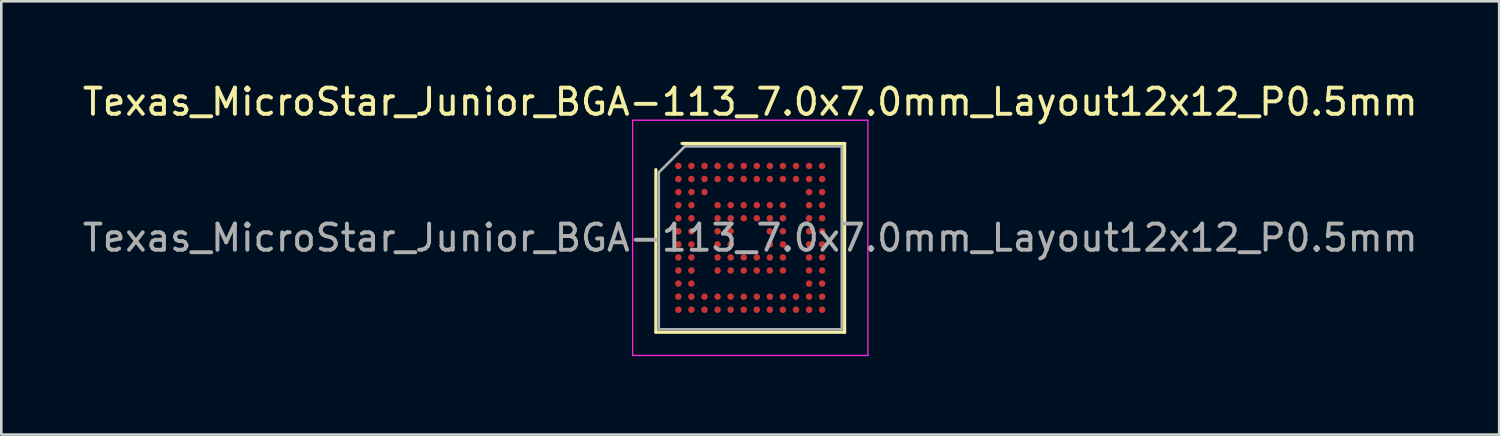
<source format=kicad_pcb>
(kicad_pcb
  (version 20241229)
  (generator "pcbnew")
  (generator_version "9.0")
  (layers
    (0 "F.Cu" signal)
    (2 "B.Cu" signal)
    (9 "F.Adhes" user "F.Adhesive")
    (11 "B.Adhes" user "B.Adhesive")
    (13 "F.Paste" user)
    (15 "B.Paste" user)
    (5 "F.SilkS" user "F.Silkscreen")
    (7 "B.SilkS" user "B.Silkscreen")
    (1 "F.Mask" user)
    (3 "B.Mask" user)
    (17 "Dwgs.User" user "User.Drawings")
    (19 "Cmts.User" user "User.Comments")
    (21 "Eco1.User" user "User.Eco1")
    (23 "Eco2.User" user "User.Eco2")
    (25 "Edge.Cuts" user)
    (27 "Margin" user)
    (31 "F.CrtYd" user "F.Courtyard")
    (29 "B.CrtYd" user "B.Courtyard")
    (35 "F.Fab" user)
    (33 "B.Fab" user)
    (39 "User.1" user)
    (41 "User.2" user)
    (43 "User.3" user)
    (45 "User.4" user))
  (footprint "Texas_MicroStar_Junior_BGA-113_7.0x7.0mm_Layout12x12_P0.5mm"
    (layer "F.Cu")
    (at 25.649 6.048)
    (property "Reference" "Texas_MicroStar_Junior_BGA-113_7.0x7.0mm_Layout12x12_P0.5mm" (at 0 -5.2 0) (layer "F.SilkS") (effects (font (size 1 1) (thickness 0.15))))
    (attr smd)
    (fp_line (start -3.61 3.61) (end -3.61 -2.61) (stroke (width 0.12) (type solid)) (layer "F.SilkS"))
    (fp_line (start -2.61 -3.61) (end 3.61 -3.61) (stroke (width 0.12) (type solid)) (layer "F.SilkS"))
    (fp_line (start 3.61 -3.61) (end 3.61 3.61) (stroke (width 0.12) (type solid)) (layer "F.SilkS"))
    (fp_line (start 3.61 3.61) (end -3.61 3.61) (stroke (width 0.12) (type solid)) (layer "F.SilkS"))
    (fp_line (start 3.61 3.61) (end 3.61 3.61) (stroke (width 0.12) (type solid)) (layer "F.SilkS"))
    (fp_line (start -4.5 -4.5) (end 4.5 -4.5) (stroke (width 0.05) (type solid)) (layer "F.CrtYd"))
    (fp_line (start -4.5 4.5) (end -4.5 -4.5) (stroke (width 0.05) (type solid)) (layer "F.CrtYd"))
    (fp_line (start 4.5 -4.5) (end 4.5 4.5) (stroke (width 0.05) (type solid)) (layer "F.CrtYd"))
    (fp_line (start 4.5 4.5) (end -4.5 4.5) (stroke (width 0.05) (type solid)) (layer "F.CrtYd"))
    (fp_line (start -3.5 3.5) (end -3.5 -2.5) (stroke (width 0.1) (type solid)) (layer "F.Fab"))
    (fp_line (start -2.5 -3.5) (end -3.5 -2.5) (stroke (width 0.1) (type solid)) (layer "F.Fab"))
    (fp_line (start -2.5 -3.5) (end 3.5 -3.5) (stroke (width 0.1) (type solid)) (layer "F.Fab"))
    (fp_line (start 3.5 -3.5) (end 3.5 3.5) (stroke (width 0.1) (type solid)) (layer "F.Fab"))
    (fp_line (start 3.5 3.5) (end -3.5 3.5) (stroke (width 0.1) (type solid)) (layer "F.Fab"))
    (fp_text user "${REFERENCE}" (at 0 0 0) (layer "F.Fab") (effects (font (size 1 1) (thickness 0.15))))
    (pad "A1" smd circle (at -2.75 -2.75) (size 0.25 0.25) (layers "F.Cu" "F.Mask" "F.Paste"))
    (pad "A2" smd circle (at -2.25 -2.75) (size 0.25 0.25) (layers "F.Cu" "F.Mask" "F.Paste"))
    (pad "A3" smd circle (at -1.75 -2.75) (size 0.25 0.25) (layers "F.Cu" "F.Mask" "F.Paste"))
    (pad "A4" smd circle (at -1.25 -2.75) (size 0.25 0.25) (layers "F.Cu" "F.Mask" "F.Paste"))
    (pad "A5" smd circle (at -0.75 -2.75) (size 0.25 0.25) (layers "F.Cu" "F.Mask" "F.Paste"))
    (pad "A6" smd circle (at -0.25 -2.75) (size 0.25 0.25) (layers "F.Cu" "F.Mask" "F.Paste"))
    (pad "A7" smd circle (at 0.25 -2.75) (size 0.25 0.25) (layers "F.Cu" "F.Mask" "F.Paste"))
    (pad "A8" smd circle (at 0.75 -2.75) (size 0.25 0.25) (layers "F.Cu" "F.Mask" "F.Paste"))
    (pad "A9" smd circle (at 1.25 -2.75) (size 0.25 0.25) (layers "F.Cu" "F.Mask" "F.Paste"))
    (pad "A10" smd circle (at 1.75 -2.75) (size 0.25 0.25) (layers "F.Cu" "F.Mask" "F.Paste"))
    (pad "A11" smd circle (at 2.25 -2.75) (size 0.25 0.25) (layers "F.Cu" "F.Mask" "F.Paste"))
    (pad "A12" smd circle (at 2.75 -2.75) (size 0.25 0.25) (layers "F.Cu" "F.Mask" "F.Paste"))
    (pad "B1" smd circle (at -2.75 -2.25) (size 0.25 0.25) (layers "F.Cu" "F.Mask" "F.Paste"))
    (pad "B2" smd circle (at -2.25 -2.25) (size 0.25 0.25) (layers "F.Cu" "F.Mask" "F.Paste"))
    (pad "B3" smd circle (at -1.75 -2.25) (size 0.25 0.25) (layers "F.Cu" "F.Mask" "F.Paste"))
    (pad "B4" smd circle (at -1.25 -2.25) (size 0.25 0.25) (layers "F.Cu" "F.Mask" "F.Paste"))
    (pad "B5" smd circle (at -0.75 -2.25) (size 0.25 0.25) (layers "F.Cu" "F.Mask" "F.Paste"))
    (pad "B6" smd circle (at -0.25 -2.25) (size 0.25 0.25) (layers "F.Cu" "F.Mask" "F.Paste"))
    (pad "B7" smd circle (at 0.25 -2.25) (size 0.25 0.25) (layers "F.Cu" "F.Mask" "F.Paste"))
    (pad "B8" smd circle (at 0.75 -2.25) (size 0.25 0.25) (layers "F.Cu" "F.Mask" "F.Paste"))
    (pad "B9" smd circle (at 1.25 -2.25) (size 0.25 0.25) (layers "F.Cu" "F.Mask" "F.Paste"))
    (pad "B10" smd circle (at 1.75 -2.25) (size 0.25 0.25) (layers "F.Cu" "F.Mask" "F.Paste"))
    (pad "B11" smd circle (at 2.25 -2.25) (size 0.25 0.25) (layers "F.Cu" "F.Mask" "F.Paste"))
    (pad "B12" smd circle (at 2.75 -2.25) (size 0.25 0.25) (layers "F.Cu" "F.Mask" "F.Paste"))
    (pad "C1" smd circle (at -2.75 -1.75) (size 0.25 0.25) (layers "F.Cu" "F.Mask" "F.Paste"))
    (pad "C2" smd circle (at -2.25 -1.75) (size 0.25 0.25) (layers "F.Cu" "F.Mask" "F.Paste"))
    (pad "C3" smd circle (at -1.75 -1.75) (size 0.25 0.25) (layers "F.Cu" "F.Mask" "F.Paste"))
    (pad "C11" smd circle (at 2.25 -1.75) (size 0.25 0.25) (layers "F.Cu" "F.Mask" "F.Paste"))
    (pad "C12" smd circle (at 2.75 -1.75) (size 0.25 0.25) (layers "F.Cu" "F.Mask" "F.Paste"))
    (pad "D1" smd circle (at -2.75 -1.25) (size 0.25 0.25) (layers "F.Cu" "F.Mask" "F.Paste"))
    (pad "D2" smd circle (at -2.25 -1.25) (size 0.25 0.25) (layers "F.Cu" "F.Mask" "F.Paste"))
    (pad "D4" smd circle (at -1.25 -1.25) (size 0.25 0.25) (layers "F.Cu" "F.Mask" "F.Paste"))
    (pad "D5" smd circle (at -0.75 -1.25) (size 0.25 0.25) (layers "F.Cu" "F.Mask" "F.Paste"))
    (pad "D6" smd circle (at -0.25 -1.25) (size 0.25 0.25) (layers "F.Cu" "F.Mask" "F.Paste"))
    (pad "D7" smd circle (at 0.25 -1.25) (size 0.25 0.25) (layers "F.Cu" "F.Mask" "F.Paste"))
    (pad "D8" smd circle (at 0.75 -1.25) (size 0.25 0.25) (layers "F.Cu" "F.Mask" "F.Paste"))
    (pad "D9" smd circle (at 1.25 -1.25) (size 0.25 0.25) (layers "F.Cu" "F.Mask" "F.Paste"))
    (pad "D11" smd circle (at 2.25 -1.25) (size 0.25 0.25) (layers "F.Cu" "F.Mask" "F.Paste"))
    (pad "D12" smd circle (at 2.75 -1.25) (size 0.25 0.25) (layers "F.Cu" "F.Mask" "F.Paste"))
    (pad "E1" smd circle (at -2.75 -0.75) (size 0.25 0.25) (layers "F.Cu" "F.Mask" "F.Paste"))
    (pad "E2" smd circle (at -2.25 -0.75) (size 0.25 0.25) (layers "F.Cu" "F.Mask" "F.Paste"))
    (pad "E4" smd circle (at -1.25 -0.75) (size 0.25 0.25) (layers "F.Cu" "F.Mask" "F.Paste"))
    (pad "E5" smd circle (at -0.75 -0.75) (size 0.25 0.25) (layers "F.Cu" "F.Mask" "F.Paste"))
    (pad "E6" smd circle (at -0.25 -0.75) (size 0.25 0.25) (layers "F.Cu" "F.Mask" "F.Paste"))
    (pad "E7" smd circle (at 0.25 -0.75) (size 0.25 0.25) (layers "F.Cu" "F.Mask" "F.Paste"))
    (pad "E8" smd circle (at 0.75 -0.75) (size 0.25 0.25) (layers "F.Cu" "F.Mask" "F.Paste"))
    (pad "E9" smd circle (at 1.25 -0.75) (size 0.25 0.25) (layers "F.Cu" "F.Mask" "F.Paste"))
    (pad "E11" smd circle (at 2.25 -0.75) (size 0.25 0.25) (layers "F.Cu" "F.Mask" "F.Paste"))
    (pad "E12" smd circle (at 2.75 -0.75) (size 0.25 0.25) (layers "F.Cu" "F.Mask" "F.Paste"))
    (pad "F1" smd circle (at -2.75 -0.25) (size 0.25 0.25) (layers "F.Cu" "F.Mask" "F.Paste"))
    (pad "F2" smd circle (at -2.25 -0.25) (size 0.25 0.25) (layers "F.Cu" "F.Mask" "F.Paste"))
    (pad "F4" smd circle (at -1.25 -0.25) (size 0.25 0.25) (layers "F.Cu" "F.Mask" "F.Paste"))
    (pad "F5" smd circle (at -0.75 -0.25) (size 0.25 0.25) (layers "F.Cu" "F.Mask" "F.Paste"))
    (pad "F8" smd circle (at 0.75 -0.25) (size 0.25 0.25) (layers "F.Cu" "F.Mask" "F.Paste"))
    (pad "F9" smd circle (at 1.25 -0.25) (size 0.25 0.25) (layers "F.Cu" "F.Mask" "F.Paste"))
    (pad "F11" smd circle (at 2.25 -0.25) (size 0.25 0.25) (layers "F.Cu" "F.Mask" "F.Paste"))
    (pad "F12" smd circle (at 2.75 -0.25) (size 0.25 0.25) (layers "F.Cu" "F.Mask" "F.Paste"))
    (pad "G1" smd circle (at -2.75 0.25) (size 0.25 0.25) (layers "F.Cu" "F.Mask" "F.Paste"))
    (pad "G2" smd circle (at -2.25 0.25) (size 0.25 0.25) (layers "F.Cu" "F.Mask" "F.Paste"))
    (pad "G4" smd circle (at -1.25 0.25) (size 0.25 0.25) (layers "F.Cu" "F.Mask" "F.Paste"))
    (pad "G5" smd circle (at -0.75 0.25) (size 0.25 0.25) (layers "F.Cu" "F.Mask" "F.Paste"))
    (pad "G8" smd circle (at 0.75 0.25) (size 0.25 0.25) (layers "F.Cu" "F.Mask" "F.Paste"))
    (pad "G9" smd circle (at 1.25 0.25) (size 0.25 0.25) (layers "F.Cu" "F.Mask" "F.Paste"))
    (pad "G11" smd circle (at 2.25 0.25) (size 0.25 0.25) (layers "F.Cu" "F.Mask" "F.Paste"))
    (pad "G12" smd circle (at 2.75 0.25) (size 0.25 0.25) (layers "F.Cu" "F.Mask" "F.Paste"))
    (pad "H1" smd circle (at -2.75 0.75) (size 0.25 0.25) (layers "F.Cu" "F.Mask" "F.Paste"))
    (pad "H2" smd circle (at -2.25 0.75) (size 0.25 0.25) (layers "F.Cu" "F.Mask" "F.Paste"))
    (pad "H4" smd circle (at -1.25 0.75) (size 0.25 0.25) (layers "F.Cu" "F.Mask" "F.Paste"))
    (pad "H5" smd circle (at -0.75 0.75) (size 0.25 0.25) (layers "F.Cu" "F.Mask" "F.Paste"))
    (pad "H6" smd circle (at -0.25 0.75) (size 0.25 0.25) (layers "F.Cu" "F.Mask" "F.Paste"))
    (pad "H7" smd circle (at 0.25 0.75) (size 0.25 0.25) (layers "F.Cu" "F.Mask" "F.Paste"))
    (pad "H8" smd circle (at 0.75 0.75) (size 0.25 0.25) (layers "F.Cu" "F.Mask" "F.Paste"))
    (pad "H9" smd circle (at 1.25 0.75) (size 0.25 0.25) (layers "F.Cu" "F.Mask" "F.Paste"))
    (pad "H11" smd circle (at 2.25 0.75) (size 0.25 0.25) (layers "F.Cu" "F.Mask" "F.Paste"))
    (pad "H12" smd circle (at 2.75 0.75) (size 0.25 0.25) (layers "F.Cu" "F.Mask" "F.Paste"))
    (pad "I1" smd circle (at -2.75 1.25) (size 0.25 0.25) (layers "F.Cu" "F.Mask" "F.Paste"))
    (pad "I2" smd circle (at -2.25 1.25) (size 0.25 0.25) (layers "F.Cu" "F.Mask" "F.Paste"))
    (pad "I4" smd circle (at -1.25 1.25) (size 0.25 0.25) (layers "F.Cu" "F.Mask" "F.Paste"))
    (pad "I5" smd circle (at -0.75 1.25) (size 0.25 0.25) (layers "F.Cu" "F.Mask" "F.Paste"))
    (pad "I6" smd circle (at -0.25 1.25) (size 0.25 0.25) (layers "F.Cu" "F.Mask" "F.Paste"))
    (pad "I7" smd circle (at 0.25 1.25) (size 0.25 0.25) (layers "F.Cu" "F.Mask" "F.Paste"))
    (pad "I8" smd circle (at 0.75 1.25) (size 0.25 0.25) (layers "F.Cu" "F.Mask" "F.Paste"))
    (pad "I9" smd circle (at 1.25 1.25) (size 0.25 0.25) (layers "F.Cu" "F.Mask" "F.Paste"))
    (pad "I11" smd circle (at 2.25 1.25) (size 0.25 0.25) (layers "F.Cu" "F.Mask" "F.Paste"))
    (pad "I12" smd circle (at 2.75 1.25) (size 0.25 0.25) (layers "F.Cu" "F.Mask" "F.Paste"))
    (pad "J1" smd circle (at -2.75 1.75) (size 0.25 0.25) (layers "F.Cu" "F.Mask" "F.Paste"))
    (pad "J2" smd circle (at -2.25 1.75) (size 0.25 0.25) (layers "F.Cu" "F.Mask" "F.Paste"))
    (pad "J11" smd circle (at 2.25 1.75) (size 0.25 0.25) (layers "F.Cu" "F.Mask" "F.Paste"))
    (pad "J12" smd circle (at 2.75 1.75) (size 0.25 0.25) (layers "F.Cu" "F.Mask" "F.Paste"))
    (pad "K1" smd circle (at -2.75 2.25) (size 0.25 0.25) (layers "F.Cu" "F.Mask" "F.Paste"))
    (pad "K2" smd circle (at -2.25 2.25) (size 0.25 0.25) (layers "F.Cu" "F.Mask" "F.Paste"))
    (pad "K3" smd circle (at -1.75 2.25) (size 0.25 0.25) (layers "F.Cu" "F.Mask" "F.Paste"))
    (pad "K4" smd circle (at -1.25 2.25) (size 0.25 0.25) (layers "F.Cu" "F.Mask" "F.Paste"))
    (pad "K5" smd circle (at -0.75 2.25) (size 0.25 0.25) (layers "F.Cu" "F.Mask" "F.Paste"))
    (pad "K6" smd circle (at -0.25 2.25) (size 0.25 0.25) (layers "F.Cu" "F.Mask" "F.Paste"))
    (pad "K7" smd circle (at 0.25 2.25) (size 0.25 0.25) (layers "F.Cu" "F.Mask" "F.Paste"))
    (pad "K8" smd circle (at 0.75 2.25) (size 0.25 0.25) (layers "F.Cu" "F.Mask" "F.Paste"))
    (pad "K9" smd circle (at 1.25 2.25) (size 0.25 0.25) (layers "F.Cu" "F.Mask" "F.Paste"))
    (pad "K10" smd circle (at 1.75 2.25) (size 0.25 0.25) (layers "F.Cu" "F.Mask" "F.Paste"))
    (pad "K11" smd circle (at 2.25 2.25) (size 0.25 0.25) (layers "F.Cu" "F.Mask" "F.Paste"))
    (pad "K12" smd circle (at 2.75 2.25) (size 0.25 0.25) (layers "F.Cu" "F.Mask" "F.Paste"))
    (pad "L1" smd circle (at -2.75 2.75) (size 0.25 0.25) (layers "F.Cu" "F.Mask" "F.Paste"))
    (pad "L2" smd circle (at -2.25 2.75) (size 0.25 0.25) (layers "F.Cu" "F.Mask" "F.Paste"))
    (pad "L3" smd circle (at -1.75 2.75) (size 0.25 0.25) (layers "F.Cu" "F.Mask" "F.Paste"))
    (pad "L4" smd circle (at -1.25 2.75) (size 0.25 0.25) (layers "F.Cu" "F.Mask" "F.Paste"))
    (pad "L5" smd circle (at -0.75 2.75) (size 0.25 0.25) (layers "F.Cu" "F.Mask" "F.Paste"))
    (pad "L6" smd circle (at -0.25 2.75) (size 0.25 0.25) (layers "F.Cu" "F.Mask" "F.Paste"))
    (pad "L7" smd circle (at 0.25 2.75) (size 0.25 0.25) (layers "F.Cu" "F.Mask" "F.Paste"))
    (pad "L8" smd circle (at 0.75 2.75) (size 0.25 0.25) (layers "F.Cu" "F.Mask" "F.Paste"))
    (pad "L9" smd circle (at 1.25 2.75) (size 0.25 0.25) (layers "F.Cu" "F.Mask" "F.Paste"))
    (pad "L10" smd circle (at 1.75 2.75) (size 0.25 0.25) (layers "F.Cu" "F.Mask" "F.Paste"))
    (pad "L11" smd circle (at 2.25 2.75) (size 0.25 0.25) (layers "F.Cu" "F.Mask" "F.Paste"))
    (pad "L12" smd circle (at 2.75 2.75) (size 0.25 0.25) (layers "F.Cu" "F.Mask" "F.Paste")))
  (gr_rect
    (start -3 -3)
    (end 54.298 13.573)
    (stroke (width 0.1) (type default))
    (fill no)
    (layer "Edge.Cuts")))
</source>
